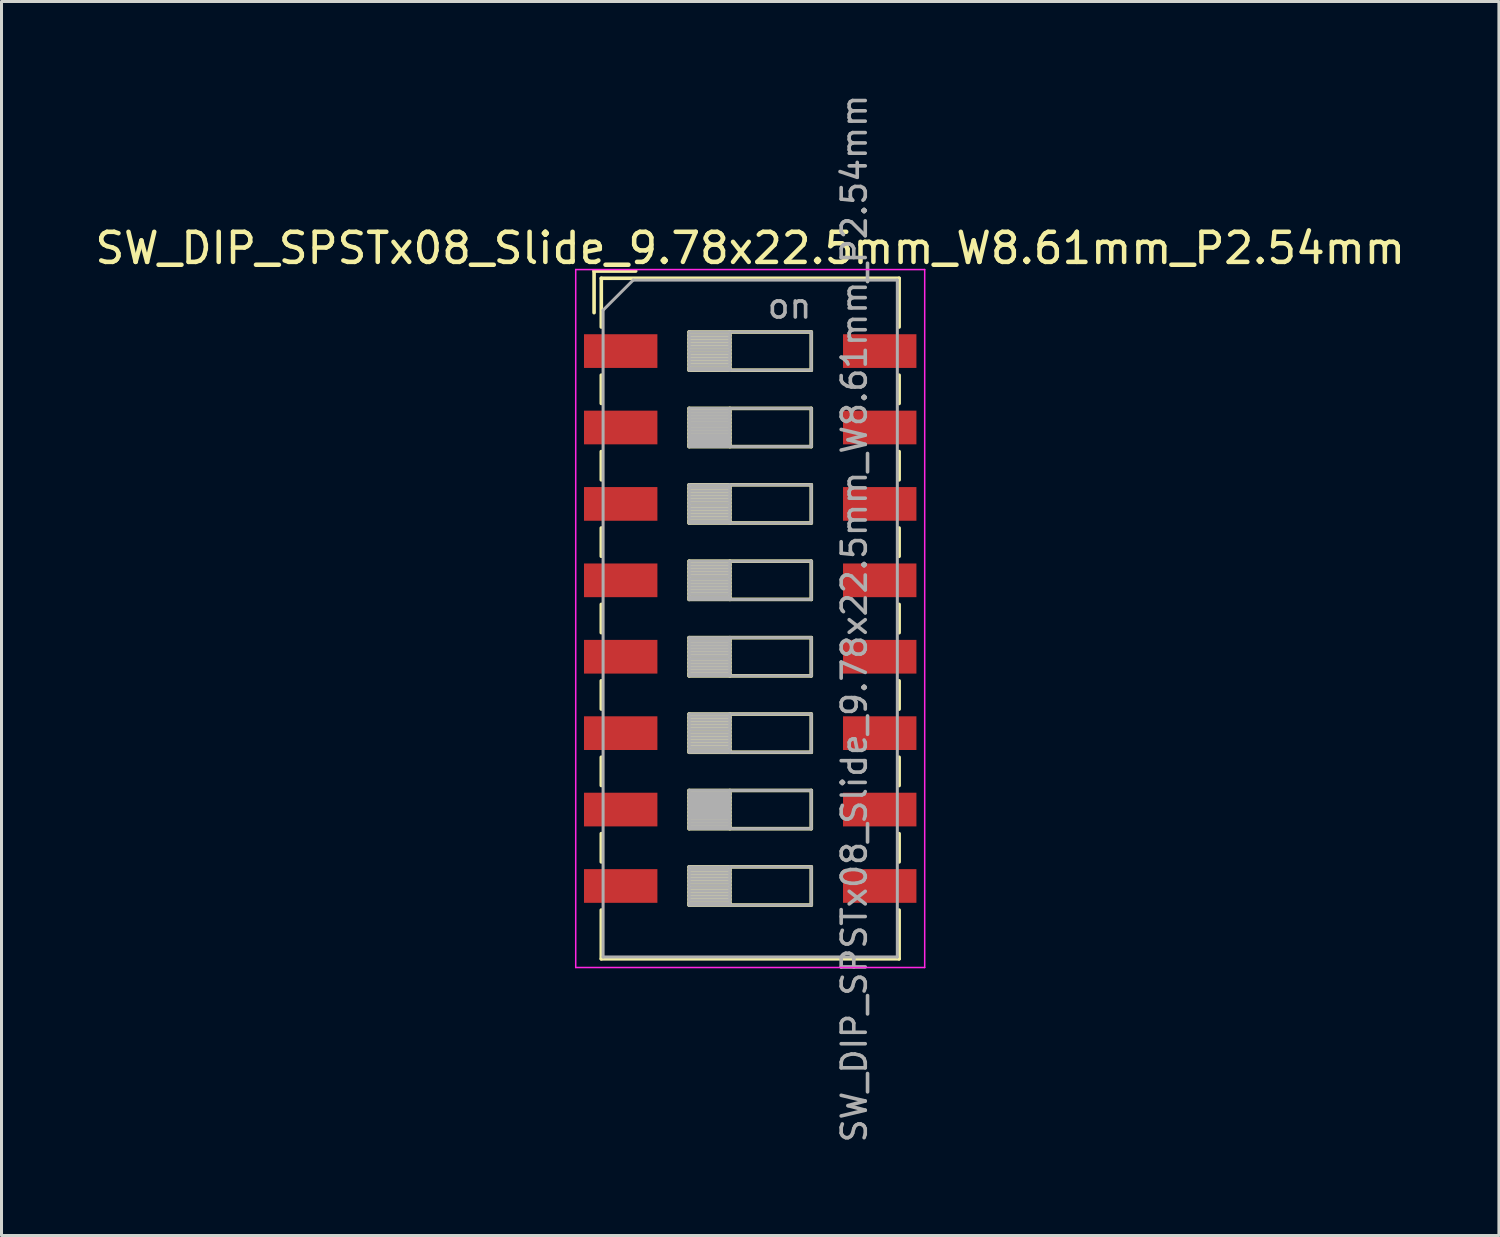
<source format=kicad_pcb>
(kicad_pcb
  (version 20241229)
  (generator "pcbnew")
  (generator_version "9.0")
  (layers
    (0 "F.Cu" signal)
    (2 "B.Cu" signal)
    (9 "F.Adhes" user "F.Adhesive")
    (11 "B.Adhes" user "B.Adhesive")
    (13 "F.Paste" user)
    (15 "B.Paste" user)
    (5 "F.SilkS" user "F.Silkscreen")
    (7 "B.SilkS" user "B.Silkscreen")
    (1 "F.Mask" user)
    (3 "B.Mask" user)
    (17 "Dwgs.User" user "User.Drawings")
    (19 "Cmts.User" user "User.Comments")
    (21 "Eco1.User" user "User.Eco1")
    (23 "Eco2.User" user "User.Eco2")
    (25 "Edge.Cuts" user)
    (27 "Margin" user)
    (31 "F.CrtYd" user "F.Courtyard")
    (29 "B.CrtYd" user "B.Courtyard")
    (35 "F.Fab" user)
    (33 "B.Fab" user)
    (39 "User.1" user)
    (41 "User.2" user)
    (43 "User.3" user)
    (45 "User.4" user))
  (footprint "SW_DIP_SPSTx08_Slide_9.78x22.5mm_W8.61mm_P2.54mm"
    (layer "F.Cu")
    (at 21.887 17.51)
    (property "Reference" "SW_DIP_SPSTx08_Slide_9.78x22.5mm_W8.61mm_P2.54mm" (at 0 -12.31 0) (layer "F.SilkS") (effects (font (size 1 1) (thickness 0.15))))
    (attr smd)
    (fp_line (start -5.19 -11.55) (end -5.19 -10.167) (stroke (width 0.12) (type solid)) (layer "F.SilkS"))
    (fp_line (start -5.19 -11.55) (end -3.806 -11.55) (stroke (width 0.12) (type solid)) (layer "F.SilkS"))
    (fp_line (start -4.95 -11.31) (end -4.95 -9.69) (stroke (width 0.12) (type solid)) (layer "F.SilkS"))
    (fp_line (start -4.95 -11.31) (end 4.95 -11.31) (stroke (width 0.12) (type solid)) (layer "F.SilkS"))
    (fp_line (start -4.95 -8.09) (end -4.95 -7.15) (stroke (width 0.12) (type solid)) (layer "F.SilkS"))
    (fp_line (start -4.95 -5.55) (end -4.95 -4.61) (stroke (width 0.12) (type solid)) (layer "F.SilkS"))
    (fp_line (start -4.95 -3.01) (end -4.95 -2.07) (stroke (width 0.12) (type solid)) (layer "F.SilkS"))
    (fp_line (start -4.95 -0.47) (end -4.95 0.47) (stroke (width 0.12) (type solid)) (layer "F.SilkS"))
    (fp_line (start -4.95 2.07) (end -4.95 3.01) (stroke (width 0.12) (type solid)) (layer "F.SilkS"))
    (fp_line (start -4.95 4.61) (end -4.95 5.55) (stroke (width 0.12) (type solid)) (layer "F.SilkS"))
    (fp_line (start -4.95 7.15) (end -4.95 8.09) (stroke (width 0.12) (type solid)) (layer "F.SilkS"))
    (fp_line (start -4.95 9.69) (end -4.95 11.311) (stroke (width 0.12) (type solid)) (layer "F.SilkS"))
    (fp_line (start -4.95 11.311) (end 4.95 11.311) (stroke (width 0.12) (type solid)) (layer "F.SilkS"))
    (fp_line (start -2.03 -9.525) (end -2.03 -8.255) (stroke (width 0.12) (type solid)) (layer "F.SilkS"))
    (fp_line (start -2.03 -9.405) (end -0.677 -9.405) (stroke (width 0.12) (type solid)) (layer "F.SilkS"))
    (fp_line (start -2.03 -9.285) (end -0.677 -9.285) (stroke (width 0.12) (type solid)) (layer "F.SilkS"))
    (fp_line (start -2.03 -9.165) (end -0.677 -9.165) (stroke (width 0.12) (type solid)) (layer "F.SilkS"))
    (fp_line (start -2.03 -9.045) (end -0.677 -9.045) (stroke (width 0.12) (type solid)) (layer "F.SilkS"))
    (fp_line (start -2.03 -8.925) (end -0.677 -8.925) (stroke (width 0.12) (type solid)) (layer "F.SilkS"))
    (fp_line (start -2.03 -8.805) (end -0.677 -8.805) (stroke (width 0.12) (type solid)) (layer "F.SilkS"))
    (fp_line (start -2.03 -8.685) (end -0.677 -8.685) (stroke (width 0.12) (type solid)) (layer "F.SilkS"))
    (fp_line (start -2.03 -8.565) (end -0.677 -8.565) (stroke (width 0.12) (type solid)) (layer "F.SilkS"))
    (fp_line (start -2.03 -8.445) (end -0.677 -8.445) (stroke (width 0.12) (type solid)) (layer "F.SilkS"))
    (fp_line (start -2.03 -8.325) (end -0.677 -8.325) (stroke (width 0.12) (type solid)) (layer "F.SilkS"))
    (fp_line (start -2.03 -8.255) (end 2.03 -8.255) (stroke (width 0.12) (type solid)) (layer "F.SilkS"))
    (fp_line (start -2.03 -6.985) (end -2.03 -5.715) (stroke (width 0.12) (type solid)) (layer "F.SilkS"))
    (fp_line (start -2.03 -6.865) (end -0.677 -6.865) (stroke (width 0.12) (type solid)) (layer "F.SilkS"))
    (fp_line (start -2.03 -6.745) (end -0.677 -6.745) (stroke (width 0.12) (type solid)) (layer "F.SilkS"))
    (fp_line (start -2.03 -6.625) (end -0.677 -6.625) (stroke (width 0.12) (type solid)) (layer "F.SilkS"))
    (fp_line (start -2.03 -6.505) (end -0.677 -6.505) (stroke (width 0.12) (type solid)) (layer "F.SilkS"))
    (fp_line (start -2.03 -6.385) (end -0.677 -6.385) (stroke (width 0.12) (type solid)) (layer "F.SilkS"))
    (fp_line (start -2.03 -6.265) (end -0.677 -6.265) (stroke (width 0.12) (type solid)) (layer "F.SilkS"))
    (fp_line (start -2.03 -6.145) (end -0.677 -6.145) (stroke (width 0.12) (type solid)) (layer "F.SilkS"))
    (fp_line (start -2.03 -6.025) (end -0.677 -6.025) (stroke (width 0.12) (type solid)) (layer "F.SilkS"))
    (fp_line (start -2.03 -5.905) (end -0.677 -5.905) (stroke (width 0.12) (type solid)) (layer "F.SilkS"))
    (fp_line (start -2.03 -5.785) (end -0.677 -5.785) (stroke (width 0.12) (type solid)) (layer "F.SilkS"))
    (fp_line (start -2.03 -5.715) (end 2.03 -5.715) (stroke (width 0.12) (type solid)) (layer "F.SilkS"))
    (fp_line (start -2.03 -4.445) (end -2.03 -3.175) (stroke (width 0.12) (type solid)) (layer "F.SilkS"))
    (fp_line (start -2.03 -4.325) (end -0.677 -4.325) (stroke (width 0.12) (type solid)) (layer "F.SilkS"))
    (fp_line (start -2.03 -4.205) (end -0.677 -4.205) (stroke (width 0.12) (type solid)) (layer "F.SilkS"))
    (fp_line (start -2.03 -4.085) (end -0.677 -4.085) (stroke (width 0.12) (type solid)) (layer "F.SilkS"))
    (fp_line (start -2.03 -3.965) (end -0.677 -3.965) (stroke (width 0.12) (type solid)) (layer "F.SilkS"))
    (fp_line (start -2.03 -3.845) (end -0.677 -3.845) (stroke (width 0.12) (type solid)) (layer "F.SilkS"))
    (fp_line (start -2.03 -3.725) (end -0.677 -3.725) (stroke (width 0.12) (type solid)) (layer "F.SilkS"))
    (fp_line (start -2.03 -3.605) (end -0.677 -3.605) (stroke (width 0.12) (type solid)) (layer "F.SilkS"))
    (fp_line (start -2.03 -3.485) (end -0.677 -3.485) (stroke (width 0.12) (type solid)) (layer "F.SilkS"))
    (fp_line (start -2.03 -3.365) (end -0.677 -3.365) (stroke (width 0.12) (type solid)) (layer "F.SilkS"))
    (fp_line (start -2.03 -3.245) (end -0.677 -3.245) (stroke (width 0.12) (type solid)) (layer "F.SilkS"))
    (fp_line (start -2.03 -3.175) (end 2.03 -3.175) (stroke (width 0.12) (type solid)) (layer "F.SilkS"))
    (fp_line (start -2.03 -1.905) (end -2.03 -0.635) (stroke (width 0.12) (type solid)) (layer "F.SilkS"))
    (fp_line (start -2.03 -1.785) (end -0.677 -1.785) (stroke (width 0.12) (type solid)) (layer "F.SilkS"))
    (fp_line (start -2.03 -1.665) (end -0.677 -1.665) (stroke (width 0.12) (type solid)) (layer "F.SilkS"))
    (fp_line (start -2.03 -1.545) (end -0.677 -1.545) (stroke (width 0.12) (type solid)) (layer "F.SilkS"))
    (fp_line (start -2.03 -1.425) (end -0.677 -1.425) (stroke (width 0.12) (type solid)) (layer "F.SilkS"))
    (fp_line (start -2.03 -1.305) (end -0.677 -1.305) (stroke (width 0.12) (type solid)) (layer "F.SilkS"))
    (fp_line (start -2.03 -1.185) (end -0.677 -1.185) (stroke (width 0.12) (type solid)) (layer "F.SilkS"))
    (fp_line (start -2.03 -1.065) (end -0.677 -1.065) (stroke (width 0.12) (type solid)) (layer "F.SilkS"))
    (fp_line (start -2.03 -0.945) (end -0.677 -0.945) (stroke (width 0.12) (type solid)) (layer "F.SilkS"))
    (fp_line (start -2.03 -0.825) (end -0.677 -0.825) (stroke (width 0.12) (type solid)) (layer "F.SilkS"))
    (fp_line (start -2.03 -0.705) (end -0.677 -0.705) (stroke (width 0.12) (type solid)) (layer "F.SilkS"))
    (fp_line (start -2.03 -0.635) (end 2.03 -0.635) (stroke (width 0.12) (type solid)) (layer "F.SilkS"))
    (fp_line (start -2.03 0.635) (end -2.03 1.905) (stroke (width 0.12) (type solid)) (layer "F.SilkS"))
    (fp_line (start -2.03 0.755) (end -0.677 0.755) (stroke (width 0.12) (type solid)) (layer "F.SilkS"))
    (fp_line (start -2.03 0.875) (end -0.677 0.875) (stroke (width 0.12) (type solid)) (layer "F.SilkS"))
    (fp_line (start -2.03 0.995) (end -0.677 0.995) (stroke (width 0.12) (type solid)) (layer "F.SilkS"))
    (fp_line (start -2.03 1.115) (end -0.677 1.115) (stroke (width 0.12) (type solid)) (layer "F.SilkS"))
    (fp_line (start -2.03 1.235) (end -0.677 1.235) (stroke (width 0.12) (type solid)) (layer "F.SilkS"))
    (fp_line (start -2.03 1.355) (end -0.677 1.355) (stroke (width 0.12) (type solid)) (layer "F.SilkS"))
    (fp_line (start -2.03 1.475) (end -0.677 1.475) (stroke (width 0.12) (type solid)) (layer "F.SilkS"))
    (fp_line (start -2.03 1.595) (end -0.677 1.595) (stroke (width 0.12) (type solid)) (layer "F.SilkS"))
    (fp_line (start -2.03 1.715) (end -0.677 1.715) (stroke (width 0.12) (type solid)) (layer "F.SilkS"))
    (fp_line (start -2.03 1.835) (end -0.677 1.835) (stroke (width 0.12) (type solid)) (layer "F.SilkS"))
    (fp_line (start -2.03 1.905) (end 2.03 1.905) (stroke (width 0.12) (type solid)) (layer "F.SilkS"))
    (fp_line (start -2.03 3.175) (end -2.03 4.445) (stroke (width 0.12) (type solid)) (layer "F.SilkS"))
    (fp_line (start -2.03 3.295) (end -0.677 3.295) (stroke (width 0.12) (type solid)) (layer "F.SilkS"))
    (fp_line (start -2.03 3.415) (end -0.677 3.415) (stroke (width 0.12) (type solid)) (layer "F.SilkS"))
    (fp_line (start -2.03 3.535) (end -0.677 3.535) (stroke (width 0.12) (type solid)) (layer "F.SilkS"))
    (fp_line (start -2.03 3.655) (end -0.677 3.655) (stroke (width 0.12) (type solid)) (layer "F.SilkS"))
    (fp_line (start -2.03 3.775) (end -0.677 3.775) (stroke (width 0.12) (type solid)) (layer "F.SilkS"))
    (fp_line (start -2.03 3.895) (end -0.677 3.895) (stroke (width 0.12) (type solid)) (layer "F.SilkS"))
    (fp_line (start -2.03 4.015) (end -0.677 4.015) (stroke (width 0.12) (type solid)) (layer "F.SilkS"))
    (fp_line (start -2.03 4.135) (end -0.677 4.135) (stroke (width 0.12) (type solid)) (layer "F.SilkS"))
    (fp_line (start -2.03 4.255) (end -0.677 4.255) (stroke (width 0.12) (type solid)) (layer "F.SilkS"))
    (fp_line (start -2.03 4.375) (end -0.677 4.375) (stroke (width 0.12) (type solid)) (layer "F.SilkS"))
    (fp_line (start -2.03 4.445) (end 2.03 4.445) (stroke (width 0.12) (type solid)) (layer "F.SilkS"))
    (fp_line (start -2.03 5.715) (end -2.03 6.985) (stroke (width 0.12) (type solid)) (layer "F.SilkS"))
    (fp_line (start -2.03 5.835) (end -0.677 5.835) (stroke (width 0.12) (type solid)) (layer "F.SilkS"))
    (fp_line (start -2.03 5.955) (end -0.677 5.955) (stroke (width 0.12) (type solid)) (layer "F.SilkS"))
    (fp_line (start -2.03 6.075) (end -0.677 6.075) (stroke (width 0.12) (type solid)) (layer "F.SilkS"))
    (fp_line (start -2.03 6.195) (end -0.677 6.195) (stroke (width 0.12) (type solid)) (layer "F.SilkS"))
    (fp_line (start -2.03 6.315) (end -0.677 6.315) (stroke (width 0.12) (type solid)) (layer "F.SilkS"))
    (fp_line (start -2.03 6.435) (end -0.677 6.435) (stroke (width 0.12) (type solid)) (layer "F.SilkS"))
    (fp_line (start -2.03 6.555) (end -0.677 6.555) (stroke (width 0.12) (type solid)) (layer "F.SilkS"))
    (fp_line (start -2.03 6.675) (end -0.677 6.675) (stroke (width 0.12) (type solid)) (layer "F.SilkS"))
    (fp_line (start -2.03 6.795) (end -0.677 6.795) (stroke (width 0.12) (type solid)) (layer "F.SilkS"))
    (fp_line (start -2.03 6.915) (end -0.677 6.915) (stroke (width 0.12) (type solid)) (layer "F.SilkS"))
    (fp_line (start -2.03 6.985) (end 2.03 6.985) (stroke (width 0.12) (type solid)) (layer "F.SilkS"))
    (fp_line (start -2.03 8.255) (end -2.03 9.525) (stroke (width 0.12) (type solid)) (layer "F.SilkS"))
    (fp_line (start -2.03 8.375) (end -0.677 8.375) (stroke (width 0.12) (type solid)) (layer "F.SilkS"))
    (fp_line (start -2.03 8.495) (end -0.677 8.495) (stroke (width 0.12) (type solid)) (layer "F.SilkS"))
    (fp_line (start -2.03 8.615) (end -0.677 8.615) (stroke (width 0.12) (type solid)) (layer "F.SilkS"))
    (fp_line (start -2.03 8.735) (end -0.677 8.735) (stroke (width 0.12) (type solid)) (layer "F.SilkS"))
    (fp_line (start -2.03 8.855) (end -0.677 8.855) (stroke (width 0.12) (type solid)) (layer "F.SilkS"))
    (fp_line (start -2.03 8.975) (end -0.677 8.975) (stroke (width 0.12) (type solid)) (layer "F.SilkS"))
    (fp_line (start -2.03 9.095) (end -0.677 9.095) (stroke (width 0.12) (type solid)) (layer "F.SilkS"))
    (fp_line (start -2.03 9.215) (end -0.677 9.215) (stroke (width 0.12) (type solid)) (layer "F.SilkS"))
    (fp_line (start -2.03 9.335) (end -0.677 9.335) (stroke (width 0.12) (type solid)) (layer "F.SilkS"))
    (fp_line (start -2.03 9.455) (end -0.677 9.455) (stroke (width 0.12) (type solid)) (layer "F.SilkS"))
    (fp_line (start -2.03 9.525) (end 2.03 9.525) (stroke (width 0.12) (type solid)) (layer "F.SilkS"))
    (fp_line (start -0.677 -9.525) (end -0.677 -8.255) (stroke (width 0.12) (type solid)) (layer "F.SilkS"))
    (fp_line (start -0.677 -6.985) (end -0.677 -5.715) (stroke (width 0.12) (type solid)) (layer "F.SilkS"))
    (fp_line (start -0.677 -4.445) (end -0.677 -3.175) (stroke (width 0.12) (type solid)) (layer "F.SilkS"))
    (fp_line (start -0.677 -1.905) (end -0.677 -0.635) (stroke (width 0.12) (type solid)) (layer "F.SilkS"))
    (fp_line (start -0.677 0.635) (end -0.677 1.905) (stroke (width 0.12) (type solid)) (layer "F.SilkS"))
    (fp_line (start -0.677 3.175) (end -0.677 4.445) (stroke (width 0.12) (type solid)) (layer "F.SilkS"))
    (fp_line (start -0.677 5.715) (end -0.677 6.985) (stroke (width 0.12) (type solid)) (layer "F.SilkS"))
    (fp_line (start -0.677 8.255) (end -0.677 9.525) (stroke (width 0.12) (type solid)) (layer "F.SilkS"))
    (fp_line (start 2.03 -9.525) (end -2.03 -9.525) (stroke (width 0.12) (type solid)) (layer "F.SilkS"))
    (fp_line (start 2.03 -8.255) (end 2.03 -9.525) (stroke (width 0.12) (type solid)) (layer "F.SilkS"))
    (fp_line (start 2.03 -6.985) (end -2.03 -6.985) (stroke (width 0.12) (type solid)) (layer "F.SilkS"))
    (fp_line (start 2.03 -5.715) (end 2.03 -6.985) (stroke (width 0.12) (type solid)) (layer "F.SilkS"))
    (fp_line (start 2.03 -4.445) (end -2.03 -4.445) (stroke (width 0.12) (type solid)) (layer "F.SilkS"))
    (fp_line (start 2.03 -3.175) (end 2.03 -4.445) (stroke (width 0.12) (type solid)) (layer "F.SilkS"))
    (fp_line (start 2.03 -1.905) (end -2.03 -1.905) (stroke (width 0.12) (type solid)) (layer "F.SilkS"))
    (fp_line (start 2.03 -0.635) (end 2.03 -1.905) (stroke (width 0.12) (type solid)) (layer "F.SilkS"))
    (fp_line (start 2.03 0.635) (end -2.03 0.635) (stroke (width 0.12) (type solid)) (layer "F.SilkS"))
    (fp_line (start 2.03 1.905) (end 2.03 0.635) (stroke (width 0.12) (type solid)) (layer "F.SilkS"))
    (fp_line (start 2.03 3.175) (end -2.03 3.175) (stroke (width 0.12) (type solid)) (layer "F.SilkS"))
    (fp_line (start 2.03 4.445) (end 2.03 3.175) (stroke (width 0.12) (type solid)) (layer "F.SilkS"))
    (fp_line (start 2.03 5.715) (end -2.03 5.715) (stroke (width 0.12) (type solid)) (layer "F.SilkS"))
    (fp_line (start 2.03 6.985) (end 2.03 5.715) (stroke (width 0.12) (type solid)) (layer "F.SilkS"))
    (fp_line (start 2.03 8.255) (end -2.03 8.255) (stroke (width 0.12) (type solid)) (layer "F.SilkS"))
    (fp_line (start 2.03 9.525) (end 2.03 8.255) (stroke (width 0.12) (type solid)) (layer "F.SilkS"))
    (fp_line (start 4.95 -11.31) (end 4.95 -9.69) (stroke (width 0.12) (type solid)) (layer "F.SilkS"))
    (fp_line (start 4.95 -8.089) (end 4.95 -7.149) (stroke (width 0.12) (type solid)) (layer "F.SilkS"))
    (fp_line (start 4.95 -5.549) (end 4.95 -4.609) (stroke (width 0.12) (type solid)) (layer "F.SilkS"))
    (fp_line (start 4.95 -3.009) (end 4.95 -2.069) (stroke (width 0.12) (type solid)) (layer "F.SilkS"))
    (fp_line (start 4.95 -0.469) (end 4.95 0.471) (stroke (width 0.12) (type solid)) (layer "F.SilkS"))
    (fp_line (start 4.95 2.071) (end 4.95 3.011) (stroke (width 0.12) (type solid)) (layer "F.SilkS"))
    (fp_line (start 4.95 4.611) (end 4.95 5.551) (stroke (width 0.12) (type solid)) (layer "F.SilkS"))
    (fp_line (start 4.95 7.151) (end 4.95 8.09) (stroke (width 0.12) (type solid)) (layer "F.SilkS"))
    (fp_line (start 4.95 9.69) (end 4.95 11.311) (stroke (width 0.12) (type solid)) (layer "F.SilkS"))
    (fp_line (start -5.8 -11.6) (end -5.8 11.6) (stroke (width 0.05) (type solid)) (layer "F.CrtYd"))
    (fp_line (start -5.8 11.6) (end 5.8 11.6) (stroke (width 0.05) (type solid)) (layer "F.CrtYd"))
    (fp_line (start 5.8 -11.6) (end -5.8 -11.6) (stroke (width 0.05) (type solid)) (layer "F.CrtYd"))
    (fp_line (start 5.8 11.6) (end 5.8 -11.6) (stroke (width 0.05) (type solid)) (layer "F.CrtYd"))
    (fp_line (start -4.89 -10.25) (end -3.89 -11.25) (stroke (width 0.1) (type solid)) (layer "F.Fab"))
    (fp_line (start -4.89 11.25) (end -4.89 -10.25) (stroke (width 0.1) (type solid)) (layer "F.Fab"))
    (fp_line (start -3.89 -11.25) (end 4.89 -11.25) (stroke (width 0.1) (type solid)) (layer "F.Fab"))
    (fp_line (start -2.03 -9.525) (end -2.03 -8.255) (stroke (width 0.1) (type solid)) (layer "F.Fab"))
    (fp_line (start -2.03 -9.425) (end -0.677 -9.425) (stroke (width 0.1) (type solid)) (layer "F.Fab"))
    (fp_line (start -2.03 -9.325) (end -0.677 -9.325) (stroke (width 0.1) (type solid)) (layer "F.Fab"))
    (fp_line (start -2.03 -9.225) (end -0.677 -9.225) (stroke (width 0.1) (type solid)) (layer "F.Fab"))
    (fp_line (start -2.03 -9.125) (end -0.677 -9.125) (stroke (width 0.1) (type solid)) (layer "F.Fab"))
    (fp_line (start -2.03 -9.025) (end -0.677 -9.025) (stroke (width 0.1) (type solid)) (layer "F.Fab"))
    (fp_line (start -2.03 -8.925) (end -0.677 -8.925) (stroke (width 0.1) (type solid)) (layer "F.Fab"))
    (fp_line (start -2.03 -8.825) (end -0.677 -8.825) (stroke (width 0.1) (type solid)) (layer "F.Fab"))
    (fp_line (start -2.03 -8.725) (end -0.677 -8.725) (stroke (width 0.1) (type solid)) (layer "F.Fab"))
    (fp_line (start -2.03 -8.625) (end -0.677 -8.625) (stroke (width 0.1) (type solid)) (layer "F.Fab"))
    (fp_line (start -2.03 -8.525) (end -0.677 -8.525) (stroke (width 0.1) (type solid)) (layer "F.Fab"))
    (fp_line (start -2.03 -8.425) (end -0.677 -8.425) (stroke (width 0.1) (type solid)) (layer "F.Fab"))
    (fp_line (start -2.03 -8.325) (end -0.677 -8.325) (stroke (width 0.1) (type solid)) (layer "F.Fab"))
    (fp_line (start -2.03 -8.255) (end 2.03 -8.255) (stroke (width 0.1) (type solid)) (layer "F.Fab"))
    (fp_line (start -2.03 -6.985) (end -2.03 -5.715) (stroke (width 0.1) (type solid)) (layer "F.Fab"))
    (fp_line (start -2.03 -6.885) (end -0.677 -6.885) (stroke (width 0.1) (type solid)) (layer "F.Fab"))
    (fp_line (start -2.03 -6.785) (end -0.677 -6.785) (stroke (width 0.1) (type solid)) (layer "F.Fab"))
    (fp_line (start -2.03 -6.685) (end -0.677 -6.685) (stroke (width 0.1) (type solid)) (layer "F.Fab"))
    (fp_line (start -2.03 -6.585) (end -0.677 -6.585) (stroke (width 0.1) (type solid)) (layer "F.Fab"))
    (fp_line (start -2.03 -6.485) (end -0.677 -6.485) (stroke (width 0.1) (type solid)) (layer "F.Fab"))
    (fp_line (start -2.03 -6.385) (end -0.677 -6.385) (stroke (width 0.1) (type solid)) (layer "F.Fab"))
    (fp_line (start -2.03 -6.285) (end -0.677 -6.285) (stroke (width 0.1) (type solid)) (layer "F.Fab"))
    (fp_line (start -2.03 -6.185) (end -0.677 -6.185) (stroke (width 0.1) (type solid)) (layer "F.Fab"))
    (fp_line (start -2.03 -6.085) (end -0.677 -6.085) (stroke (width 0.1) (type solid)) (layer "F.Fab"))
    (fp_line (start -2.03 -5.985) (end -0.677 -5.985) (stroke (width 0.1) (type solid)) (layer "F.Fab"))
    (fp_line (start -2.03 -5.885) (end -0.677 -5.885) (stroke (width 0.1) (type solid)) (layer "F.Fab"))
    (fp_line (start -2.03 -5.785) (end -0.677 -5.785) (stroke (width 0.1) (type solid)) (layer "F.Fab"))
    (fp_line (start -2.03 -5.715) (end 2.03 -5.715) (stroke (width 0.1) (type solid)) (layer "F.Fab"))
    (fp_line (start -2.03 -4.445) (end -2.03 -3.175) (stroke (width 0.1) (type solid)) (layer "F.Fab"))
    (fp_line (start -2.03 -4.345) (end -0.677 -4.345) (stroke (width 0.1) (type solid)) (layer "F.Fab"))
    (fp_line (start -2.03 -4.245) (end -0.677 -4.245) (stroke (width 0.1) (type solid)) (layer "F.Fab"))
    (fp_line (start -2.03 -4.145) (end -0.677 -4.145) (stroke (width 0.1) (type solid)) (layer "F.Fab"))
    (fp_line (start -2.03 -4.045) (end -0.677 -4.045) (stroke (width 0.1) (type solid)) (layer "F.Fab"))
    (fp_line (start -2.03 -3.945) (end -0.677 -3.945) (stroke (width 0.1) (type solid)) (layer "F.Fab"))
    (fp_line (start -2.03 -3.845) (end -0.677 -3.845) (stroke (width 0.1) (type solid)) (layer "F.Fab"))
    (fp_line (start -2.03 -3.745) (end -0.677 -3.745) (stroke (width 0.1) (type solid)) (layer "F.Fab"))
    (fp_line (start -2.03 -3.645) (end -0.677 -3.645) (stroke (width 0.1) (type solid)) (layer "F.Fab"))
    (fp_line (start -2.03 -3.545) (end -0.677 -3.545) (stroke (width 0.1) (type solid)) (layer "F.Fab"))
    (fp_line (start -2.03 -3.445) (end -0.677 -3.445) (stroke (width 0.1) (type solid)) (layer "F.Fab"))
    (fp_line (start -2.03 -3.345) (end -0.677 -3.345) (stroke (width 0.1) (type solid)) (layer "F.Fab"))
    (fp_line (start -2.03 -3.245) (end -0.677 -3.245) (stroke (width 0.1) (type solid)) (layer "F.Fab"))
    (fp_line (start -2.03 -3.175) (end 2.03 -3.175) (stroke (width 0.1) (type solid)) (layer "F.Fab"))
    (fp_line (start -2.03 -1.905) (end -2.03 -0.635) (stroke (width 0.1) (type solid)) (layer "F.Fab"))
    (fp_line (start -2.03 -1.805) (end -0.677 -1.805) (stroke (width 0.1) (type solid)) (layer "F.Fab"))
    (fp_line (start -2.03 -1.705) (end -0.677 -1.705) (stroke (width 0.1) (type solid)) (layer "F.Fab"))
    (fp_line (start -2.03 -1.605) (end -0.677 -1.605) (stroke (width 0.1) (type solid)) (layer "F.Fab"))
    (fp_line (start -2.03 -1.505) (end -0.677 -1.505) (stroke (width 0.1) (type solid)) (layer "F.Fab"))
    (fp_line (start -2.03 -1.405) (end -0.677 -1.405) (stroke (width 0.1) (type solid)) (layer "F.Fab"))
    (fp_line (start -2.03 -1.305) (end -0.677 -1.305) (stroke (width 0.1) (type solid)) (layer "F.Fab"))
    (fp_line (start -2.03 -1.205) (end -0.677 -1.205) (stroke (width 0.1) (type solid)) (layer "F.Fab"))
    (fp_line (start -2.03 -1.105) (end -0.677 -1.105) (stroke (width 0.1) (type solid)) (layer "F.Fab"))
    (fp_line (start -2.03 -1.005) (end -0.677 -1.005) (stroke (width 0.1) (type solid)) (layer "F.Fab"))
    (fp_line (start -2.03 -0.905) (end -0.677 -0.905) (stroke (width 0.1) (type solid)) (layer "F.Fab"))
    (fp_line (start -2.03 -0.805) (end -0.677 -0.805) (stroke (width 0.1) (type solid)) (layer "F.Fab"))
    (fp_line (start -2.03 -0.705) (end -0.677 -0.705) (stroke (width 0.1) (type solid)) (layer "F.Fab"))
    (fp_line (start -2.03 -0.635) (end 2.03 -0.635) (stroke (width 0.1) (type solid)) (layer "F.Fab"))
    (fp_line (start -2.03 0.635) (end -2.03 1.905) (stroke (width 0.1) (type solid)) (layer "F.Fab"))
    (fp_line (start -2.03 0.735) (end -0.677 0.735) (stroke (width 0.1) (type solid)) (layer "F.Fab"))
    (fp_line (start -2.03 0.835) (end -0.677 0.835) (stroke (width 0.1) (type solid)) (layer "F.Fab"))
    (fp_line (start -2.03 0.935) (end -0.677 0.935) (stroke (width 0.1) (type solid)) (layer "F.Fab"))
    (fp_line (start -2.03 1.035) (end -0.677 1.035) (stroke (width 0.1) (type solid)) (layer "F.Fab"))
    (fp_line (start -2.03 1.135) (end -0.677 1.135) (stroke (width 0.1) (type solid)) (layer "F.Fab"))
    (fp_line (start -2.03 1.235) (end -0.677 1.235) (stroke (width 0.1) (type solid)) (layer "F.Fab"))
    (fp_line (start -2.03 1.335) (end -0.677 1.335) (stroke (width 0.1) (type solid)) (layer "F.Fab"))
    (fp_line (start -2.03 1.435) (end -0.677 1.435) (stroke (width 0.1) (type solid)) (layer "F.Fab"))
    (fp_line (start -2.03 1.535) (end -0.677 1.535) (stroke (width 0.1) (type solid)) (layer "F.Fab"))
    (fp_line (start -2.03 1.635) (end -0.677 1.635) (stroke (width 0.1) (type solid)) (layer "F.Fab"))
    (fp_line (start -2.03 1.735) (end -0.677 1.735) (stroke (width 0.1) (type solid)) (layer "F.Fab"))
    (fp_line (start -2.03 1.835) (end -0.677 1.835) (stroke (width 0.1) (type solid)) (layer "F.Fab"))
    (fp_line (start -2.03 1.905) (end 2.03 1.905) (stroke (width 0.1) (type solid)) (layer "F.Fab"))
    (fp_line (start -2.03 3.175) (end -2.03 4.445) (stroke (width 0.1) (type solid)) (layer "F.Fab"))
    (fp_line (start -2.03 3.275) (end -0.677 3.275) (stroke (width 0.1) (type solid)) (layer "F.Fab"))
    (fp_line (start -2.03 3.375) (end -0.677 3.375) (stroke (width 0.1) (type solid)) (layer "F.Fab"))
    (fp_line (start -2.03 3.475) (end -0.677 3.475) (stroke (width 0.1) (type solid)) (layer "F.Fab"))
    (fp_line (start -2.03 3.575) (end -0.677 3.575) (stroke (width 0.1) (type solid)) (layer "F.Fab"))
    (fp_line (start -2.03 3.675) (end -0.677 3.675) (stroke (width 0.1) (type solid)) (layer "F.Fab"))
    (fp_line (start -2.03 3.775) (end -0.677 3.775) (stroke (width 0.1) (type solid)) (layer "F.Fab"))
    (fp_line (start -2.03 3.875) (end -0.677 3.875) (stroke (width 0.1) (type solid)) (layer "F.Fab"))
    (fp_line (start -2.03 3.975) (end -0.677 3.975) (stroke (width 0.1) (type solid)) (layer "F.Fab"))
    (fp_line (start -2.03 4.075) (end -0.677 4.075) (stroke (width 0.1) (type solid)) (layer "F.Fab"))
    (fp_line (start -2.03 4.175) (end -0.677 4.175) (stroke (width 0.1) (type solid)) (layer "F.Fab"))
    (fp_line (start -2.03 4.275) (end -0.677 4.275) (stroke (width 0.1) (type solid)) (layer "F.Fab"))
    (fp_line (start -2.03 4.375) (end -0.677 4.375) (stroke (width 0.1) (type solid)) (layer "F.Fab"))
    (fp_line (start -2.03 4.445) (end 2.03 4.445) (stroke (width 0.1) (type solid)) (layer "F.Fab"))
    (fp_line (start -2.03 5.715) (end -2.03 6.985) (stroke (width 0.1) (type solid)) (layer "F.Fab"))
    (fp_line (start -2.03 5.815) (end -0.677 5.815) (stroke (width 0.1) (type solid)) (layer "F.Fab"))
    (fp_line (start -2.03 5.915) (end -0.677 5.915) (stroke (width 0.1) (type solid)) (layer "F.Fab"))
    (fp_line (start -2.03 6.015) (end -0.677 6.015) (stroke (width 0.1) (type solid)) (layer "F.Fab"))
    (fp_line (start -2.03 6.115) (end -0.677 6.115) (stroke (width 0.1) (type solid)) (layer "F.Fab"))
    (fp_line (start -2.03 6.215) (end -0.677 6.215) (stroke (width 0.1) (type solid)) (layer "F.Fab"))
    (fp_line (start -2.03 6.315) (end -0.677 6.315) (stroke (width 0.1) (type solid)) (layer "F.Fab"))
    (fp_line (start -2.03 6.415) (end -0.677 6.415) (stroke (width 0.1) (type solid)) (layer "F.Fab"))
    (fp_line (start -2.03 6.515) (end -0.677 6.515) (stroke (width 0.1) (type solid)) (layer "F.Fab"))
    (fp_line (start -2.03 6.615) (end -0.677 6.615) (stroke (width 0.1) (type solid)) (layer "F.Fab"))
    (fp_line (start -2.03 6.715) (end -0.677 6.715) (stroke (width 0.1) (type solid)) (layer "F.Fab"))
    (fp_line (start -2.03 6.815) (end -0.677 6.815) (stroke (width 0.1) (type solid)) (layer "F.Fab"))
    (fp_line (start -2.03 6.915) (end -0.677 6.915) (stroke (width 0.1) (type solid)) (layer "F.Fab"))
    (fp_line (start -2.03 6.985) (end 2.03 6.985) (stroke (width 0.1) (type solid)) (layer "F.Fab"))
    (fp_line (start -2.03 8.255) (end -2.03 9.525) (stroke (width 0.1) (type solid)) (layer "F.Fab"))
    (fp_line (start -2.03 8.355) (end -0.677 8.355) (stroke (width 0.1) (type solid)) (layer "F.Fab"))
    (fp_line (start -2.03 8.455) (end -0.677 8.455) (stroke (width 0.1) (type solid)) (layer "F.Fab"))
    (fp_line (start -2.03 8.555) (end -0.677 8.555) (stroke (width 0.1) (type solid)) (layer "F.Fab"))
    (fp_line (start -2.03 8.655) (end -0.677 8.655) (stroke (width 0.1) (type solid)) (layer "F.Fab"))
    (fp_line (start -2.03 8.755) (end -0.677 8.755) (stroke (width 0.1) (type solid)) (layer "F.Fab"))
    (fp_line (start -2.03 8.855) (end -0.677 8.855) (stroke (width 0.1) (type solid)) (layer "F.Fab"))
    (fp_line (start -2.03 8.955) (end -0.677 8.955) (stroke (width 0.1) (type solid)) (layer "F.Fab"))
    (fp_line (start -2.03 9.055) (end -0.677 9.055) (stroke (width 0.1) (type solid)) (layer "F.Fab"))
    (fp_line (start -2.03 9.155) (end -0.677 9.155) (stroke (width 0.1) (type solid)) (layer "F.Fab"))
    (fp_line (start -2.03 9.255) (end -0.677 9.255) (stroke (width 0.1) (type solid)) (layer "F.Fab"))
    (fp_line (start -2.03 9.355) (end -0.677 9.355) (stroke (width 0.1) (type solid)) (layer "F.Fab"))
    (fp_line (start -2.03 9.455) (end -0.677 9.455) (stroke (width 0.1) (type solid)) (layer "F.Fab"))
    (fp_line (start -2.03 9.525) (end 2.03 9.525) (stroke (width 0.1) (type solid)) (layer "F.Fab"))
    (fp_line (start -0.677 -9.525) (end -0.677 -8.255) (stroke (width 0.1) (type solid)) (layer "F.Fab"))
    (fp_line (start -0.677 -6.985) (end -0.677 -5.715) (stroke (width 0.1) (type solid)) (layer "F.Fab"))
    (fp_line (start -0.677 -4.445) (end -0.677 -3.175) (stroke (width 0.1) (type solid)) (layer "F.Fab"))
    (fp_line (start -0.677 -1.905) (end -0.677 -0.635) (stroke (width 0.1) (type solid)) (layer "F.Fab"))
    (fp_line (start -0.677 0.635) (end -0.677 1.905) (stroke (width 0.1) (type solid)) (layer "F.Fab"))
    (fp_line (start -0.677 3.175) (end -0.677 4.445) (stroke (width 0.1) (type solid)) (layer "F.Fab"))
    (fp_line (start -0.677 5.715) (end -0.677 6.985) (stroke (width 0.1) (type solid)) (layer "F.Fab"))
    (fp_line (start -0.677 8.255) (end -0.677 9.525) (stroke (width 0.1) (type solid)) (layer "F.Fab"))
    (fp_line (start 2.03 -9.525) (end -2.03 -9.525) (stroke (width 0.1) (type solid)) (layer "F.Fab"))
    (fp_line (start 2.03 -8.255) (end 2.03 -9.525) (stroke (width 0.1) (type solid)) (layer "F.Fab"))
    (fp_line (start 2.03 -6.985) (end -2.03 -6.985) (stroke (width 0.1) (type solid)) (layer "F.Fab"))
    (fp_line (start 2.03 -5.715) (end 2.03 -6.985) (stroke (width 0.1) (type solid)) (layer "F.Fab"))
    (fp_line (start 2.03 -4.445) (end -2.03 -4.445) (stroke (width 0.1) (type solid)) (layer "F.Fab"))
    (fp_line (start 2.03 -3.175) (end 2.03 -4.445) (stroke (width 0.1) (type solid)) (layer "F.Fab"))
    (fp_line (start 2.03 -1.905) (end -2.03 -1.905) (stroke (width 0.1) (type solid)) (layer "F.Fab"))
    (fp_line (start 2.03 -0.635) (end 2.03 -1.905) (stroke (width 0.1) (type solid)) (layer "F.Fab"))
    (fp_line (start 2.03 0.635) (end -2.03 0.635) (stroke (width 0.1) (type solid)) (layer "F.Fab"))
    (fp_line (start 2.03 1.905) (end 2.03 0.635) (stroke (width 0.1) (type solid)) (layer "F.Fab"))
    (fp_line (start 2.03 3.175) (end -2.03 3.175) (stroke (width 0.1) (type solid)) (layer "F.Fab"))
    (fp_line (start 2.03 4.445) (end 2.03 3.175) (stroke (width 0.1) (type solid)) (layer "F.Fab"))
    (fp_line (start 2.03 5.715) (end -2.03 5.715) (stroke (width 0.1) (type solid)) (layer "F.Fab"))
    (fp_line (start 2.03 6.985) (end 2.03 5.715) (stroke (width 0.1) (type solid)) (layer "F.Fab"))
    (fp_line (start 2.03 8.255) (end -2.03 8.255) (stroke (width 0.1) (type solid)) (layer "F.Fab"))
    (fp_line (start 2.03 9.525) (end 2.03 8.255) (stroke (width 0.1) (type solid)) (layer "F.Fab"))
    (fp_line (start 4.89 -11.25) (end 4.89 11.25) (stroke (width 0.1) (type solid)) (layer "F.Fab"))
    (fp_line (start 4.89 11.25) (end -4.89 11.25) (stroke (width 0.1) (type solid)) (layer "F.Fab"))
    (fp_text user "on" (at 1.308 -10.387 0) (layer "F.Fab") (effects (font (size 0.8 0.8) (thickness 0.12))))
    (fp_text user "${REFERENCE}" (at 3.46 0 90) (layer "F.Fab") (effects (font (size 0.8 0.8) (thickness 0.12))))
    (pad "1" smd rect (at -4.305 -8.89) (size 2.44 1.12) (layers "F.Cu" "F.Mask" "F.Paste"))
    (pad "2" smd rect (at -4.305 -6.35) (size 2.44 1.12) (layers "F.Cu" "F.Mask" "F.Paste"))
    (pad "3" smd rect (at -4.305 -3.81) (size 2.44 1.12) (layers "F.Cu" "F.Mask" "F.Paste"))
    (pad "4" smd rect (at -4.305 -1.27) (size 2.44 1.12) (layers "F.Cu" "F.Mask" "F.Paste"))
    (pad "5" smd rect (at -4.305 1.27) (size 2.44 1.12) (layers "F.Cu" "F.Mask" "F.Paste"))
    (pad "6" smd rect (at -4.305 3.81) (size 2.44 1.12) (layers "F.Cu" "F.Mask" "F.Paste"))
    (pad "7" smd rect (at -4.305 6.35) (size 2.44 1.12) (layers "F.Cu" "F.Mask" "F.Paste"))
    (pad "8" smd rect (at -4.305 8.89) (size 2.44 1.12) (layers "F.Cu" "F.Mask" "F.Paste"))
    (pad "9" smd rect (at 4.305 8.89) (size 2.44 1.12) (layers "F.Cu" "F.Mask" "F.Paste"))
    (pad "10" smd rect (at 4.305 6.35) (size 2.44 1.12) (layers "F.Cu" "F.Mask" "F.Paste"))
    (pad "11" smd rect (at 4.305 3.81) (size 2.44 1.12) (layers "F.Cu" "F.Mask" "F.Paste"))
    (pad "12" smd rect (at 4.305 1.27) (size 2.44 1.12) (layers "F.Cu" "F.Mask" "F.Paste"))
    (pad "13" smd rect (at 4.305 -1.27) (size 2.44 1.12) (layers "F.Cu" "F.Mask" "F.Paste"))
    (pad "14" smd rect (at 4.305 -3.81) (size 2.44 1.12) (layers "F.Cu" "F.Mask" "F.Paste"))
    (pad "15" smd rect (at 4.305 -6.35) (size 2.44 1.12) (layers "F.Cu" "F.Mask" "F.Paste"))
    (pad "16" smd rect (at 4.305 -8.89) (size 2.44 1.12) (layers "F.Cu" "F.Mask" "F.Paste")))
  (gr_rect
    (start -3 -3)
    (end 46.774 38.019)
    (stroke (width 0.1) (type default))
    (fill no)
    (layer "Edge.Cuts")))
</source>
